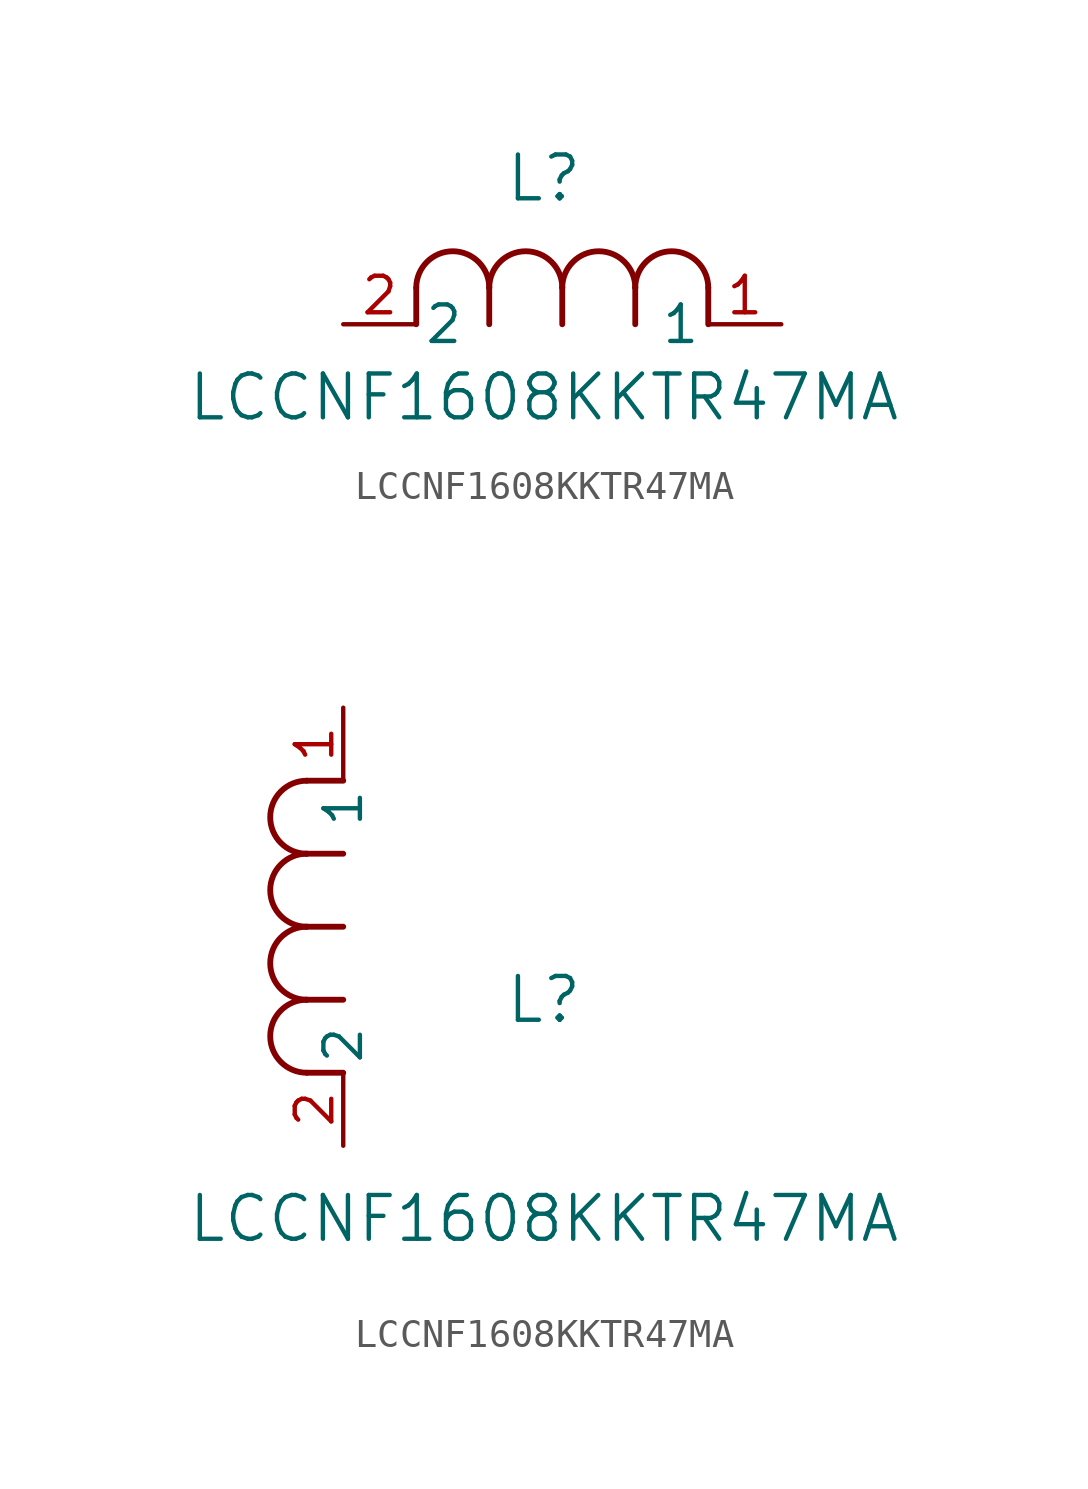
<source format=kicad_sym>
(kicad_symbol_lib
  (version 20211014)
  (generator kicad_symbol_editor)
  (symbol "LCCNF1608KKTR47MA"
    (pin_names
      (offset 0.254))
    (property "Reference" "L"
      (at 6.985 5.08 0)
      (effects (font (size 1.524 1.524))))
    (property "Value" "LCCNF1608KKTR47MA"
      (at 6.985 -2.54 0)
      (effects (font (size 1.524 1.524))))
    (symbol "LCCNF1608KKTR47MA_1_1"
      (arc (start 7.62 1.27) (mid 6.35 2.54) (end 5.08 1.27) (stroke (width 0.2032) (type default) (color 0 0 0 0)) (fill (type none)))
      (polyline (pts (xy 5.08 0) (xy 5.08 1.27)) (stroke (width 0.203) (type default) (color 0 0 0 0)) (fill (type none)))
      (polyline (pts (xy 7.62 0) (xy 7.62 1.27)) (stroke (width 0.203) (type default) (color 0 0 0 0)) (fill (type none)))
      (polyline (pts (xy 12.7 0) (xy 12.7 1.27)) (stroke (width 0.203) (type default) (color 0 0 0 0)) (fill (type none)))
      (arc (start 5.08 1.27) (mid 3.81 2.54) (end 2.54 1.27) (stroke (width 0.2032) (type default) (color 0 0 0 0)) (fill (type none)))
      (arc (start 10.16 1.27) (mid 8.89 2.54) (end 7.62 1.27) (stroke (width 0.2032) (type default) (color 0 0 0 0)) (fill (type none)))
      (arc (start 12.7 1.27) (mid 11.43 2.54) (end 10.16 1.27) (stroke (width 0.2032) (type default) (color 0 0 0 0)) (fill (type none)))
      (polyline (pts (xy 2.54 0) (xy 2.54 1.27)) (stroke (width 0.203) (type default) (color 0 0 0 0)) (fill (type none)))
      (polyline (pts (xy 10.16 0) (xy 10.16 1.27)) (stroke (width 0.203) (type default) (color 0 0 0 0)) (fill (type none)))
      (pin unspecified line (at 0 0 0) (length 2.54) (name "2" (effects (font (size 1.27 1.27)))) (number "2" (effects (font (size 1.27 1.27)))))
      (pin unspecified line (at 15.24 0 180) (length 2.54) (name "1" (effects (font (size 1.27 1.27)))) (number "1" (effects (font (size 1.27 1.27))))))
    (symbol "LCCNF1608KKTR47MA_1_2"
      (arc (start -1.27 7.62) (mid -2.54 6.35) (end -1.27 5.08) (stroke (width 0.2032) (type default) (color 0 0 0 0)) (fill (type none)))
      (arc (start -1.27 5.08) (mid -2.54 3.81) (end -1.27 2.54) (stroke (width 0.2032) (type default) (color 0 0 0 0)) (fill (type none)))
      (arc (start -1.27 12.7) (mid -2.54 11.43) (end -1.27 10.16) (stroke (width 0.2032) (type default) (color 0 0 0 0)) (fill (type none)))
      (arc (start -1.27 10.16) (mid -2.54 8.89) (end -1.27 7.62) (stroke (width 0.2032) (type default) (color 0 0 0 0)) (fill (type none)))
      (polyline (pts (xy 0 7.62) (xy -1.27 7.62)) (stroke (width 0.203) (type default) (color 0 0 0 0)) (fill (type none)))
      (polyline (pts (xy 0 5.08) (xy -1.27 5.08)) (stroke (width 0.203) (type default) (color 0 0 0 0)) (fill (type none)))
      (polyline (pts (xy 0 12.7) (xy -1.27 12.7)) (stroke (width 0.203) (type default) (color 0 0 0 0)) (fill (type none)))
      (polyline (pts (xy 0 2.54) (xy -1.27 2.54)) (stroke (width 0.203) (type default) (color 0 0 0 0)) (fill (type none)))
      (polyline (pts (xy 0 10.16) (xy -1.27 10.16)) (stroke (width 0.203) (type default) (color 0 0 0 0)) (fill (type none)))
      (pin unspecified line (at 0 0 90) (length 2.54) (name "2" (effects (font (size 1.27 1.27)))) (number "2" (effects (font (size 1.27 1.27)))))
      (pin unspecified line (at 0 15.24 270) (length 2.54) (name "1" (effects (font (size 1.27 1.27)))) (number "1" (effects (font (size 1.27 1.27))))))))
</source>
